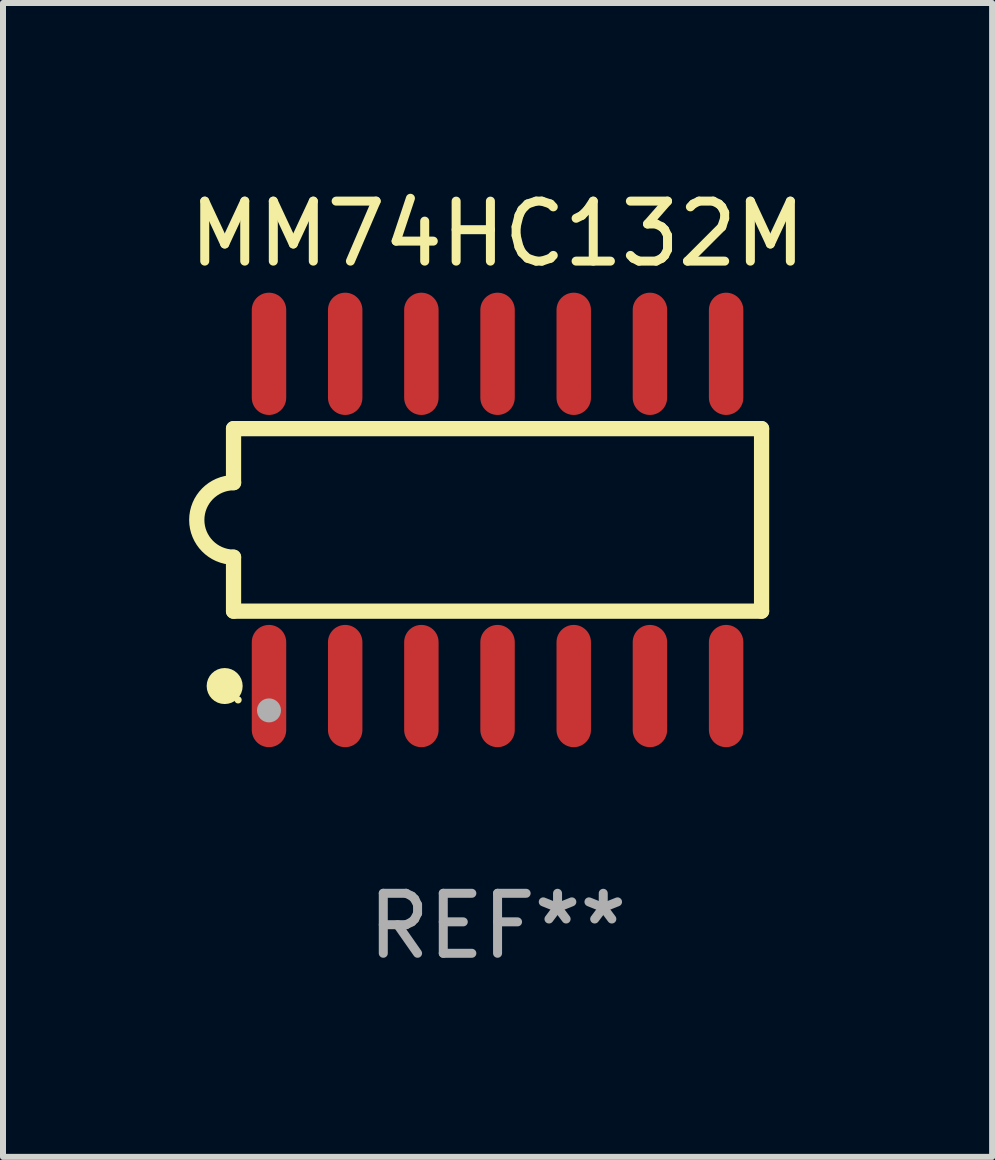
<source format=kicad_pcb>
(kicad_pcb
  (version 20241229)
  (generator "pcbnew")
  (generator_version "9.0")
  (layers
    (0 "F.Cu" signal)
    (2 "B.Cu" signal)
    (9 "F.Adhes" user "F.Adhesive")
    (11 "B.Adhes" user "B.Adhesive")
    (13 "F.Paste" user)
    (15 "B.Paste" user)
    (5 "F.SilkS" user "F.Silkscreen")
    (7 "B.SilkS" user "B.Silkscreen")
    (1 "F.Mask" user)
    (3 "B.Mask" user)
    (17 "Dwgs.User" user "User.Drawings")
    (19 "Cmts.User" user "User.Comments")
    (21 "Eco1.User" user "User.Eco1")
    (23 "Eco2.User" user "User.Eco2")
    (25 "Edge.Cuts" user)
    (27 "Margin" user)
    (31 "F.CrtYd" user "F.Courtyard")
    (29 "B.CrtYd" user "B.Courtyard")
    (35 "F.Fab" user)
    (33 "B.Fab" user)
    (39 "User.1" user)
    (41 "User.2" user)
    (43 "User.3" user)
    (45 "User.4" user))
  (footprint "MM74HC132M"
    (layer "F.Cu")
    (at 5.244 5.617)
    (property "Reference" "MM74HC132M" (at 0 -4.769 0) (layer "F.SilkS") (effects (font (size 1 1) (thickness 0.15))))
    (attr through_hole)
    (fp_line (start -4.401 -1.522) (end -4.401 -0.622) (stroke (width 0.254) (type solid)) (layer "F.SilkS"))
    (fp_line (start -4.401 -1.522) (end 4.401 -1.522) (stroke (width 0.254) (type solid)) (layer "F.SilkS"))
    (fp_line (start -4.401 1.521) (end -4.401 0.621) (stroke (width 0.254) (type solid)) (layer "F.SilkS"))
    (fp_line (start 4.401 -1.522) (end 4.401 1.521) (stroke (width 0.254) (type solid)) (layer "F.SilkS"))
    (fp_line (start 4.401 1.521) (end -4.401 1.521) (stroke (width 0.254) (type solid)) (layer "F.SilkS"))
    (fp_arc (start -4.401219 0.621311) (mid -5.021261 -0.000419) (end -4.400101 -0.621032) (stroke (width 0.254001) (type solid)) (layer "F.SilkS"))
    (fp_circle (center -4.549 2.769) (end -4.399 2.769) (stroke (width 0.3) (type solid)) (fill no) (layer "F.SilkS"))
    (fp_circle (center -4.325 3) (end -4.295 3) (stroke (width 0.06) (type solid)) (fill no) (layer "F.SilkS"))
    (fp_circle (center -3.81 3.175) (end -3.71 3.175) (stroke (width 0.2) (type solid)) (fill no) (layer "F.Fab"))
    (fp_text user "REF**" (at 0 6.769 0) (layer "F.Fab") (effects (font (size 1 1) (thickness 0.15))))
    (pad "1" smd oval (at -3.81 2.769) (size 0.574 2.038) (layers "F.Cu" "F.Mask" "F.Paste"))
    (pad "2" smd oval (at -2.54 2.769) (size 0.574 2.038) (layers "F.Cu" "F.Mask" "F.Paste"))
    (pad "3" smd oval (at -1.27 2.769) (size 0.574 2.038) (layers "F.Cu" "F.Mask" "F.Paste"))
    (pad "4" smd oval (at -0.000051 2.769) (size 0.574 2.038) (layers "F.Cu" "F.Mask" "F.Paste"))
    (pad "5" smd oval (at 1.27 2.769) (size 0.574 2.038) (layers "F.Cu" "F.Mask" "F.Paste"))
    (pad "6" smd oval (at 2.54 2.769) (size 0.574 2.038) (layers "F.Cu" "F.Mask" "F.Paste"))
    (pad "7" smd oval (at 3.81 2.769) (size 0.574 2.038) (layers "F.Cu" "F.Mask" "F.Paste"))
    (pad "8" smd oval (at 3.81 -2.769) (size 0.574 2.038) (layers "F.Cu" "F.Mask" "F.Paste"))
    (pad "9" smd oval (at 2.54 -2.769) (size 0.574 2.038) (layers "F.Cu" "F.Mask" "F.Paste"))
    (pad "10" smd oval (at 1.27 -2.769) (size 0.574 2.038) (layers "F.Cu" "F.Mask" "F.Paste"))
    (pad "11" smd oval (at -0.000051 -2.769) (size 0.574 2.038) (layers "F.Cu" "F.Mask" "F.Paste"))
    (pad "12" smd oval (at -1.27 -2.769) (size 0.574 2.038) (layers "F.Cu" "F.Mask" "F.Paste"))
    (pad "13" smd oval (at -2.54 -2.769) (size 0.574 2.038) (layers "F.Cu" "F.Mask" "F.Paste"))
    (pad "14" smd oval (at -3.81 -2.769) (size 0.574 2.038) (layers "F.Cu" "F.Mask" "F.Paste")))
  (gr_rect
    (start -3 -3)
    (end 13.488 16.235)
    (stroke (width 0.1) (type default))
    (fill no)
    (layer "Edge.Cuts")))
</source>
